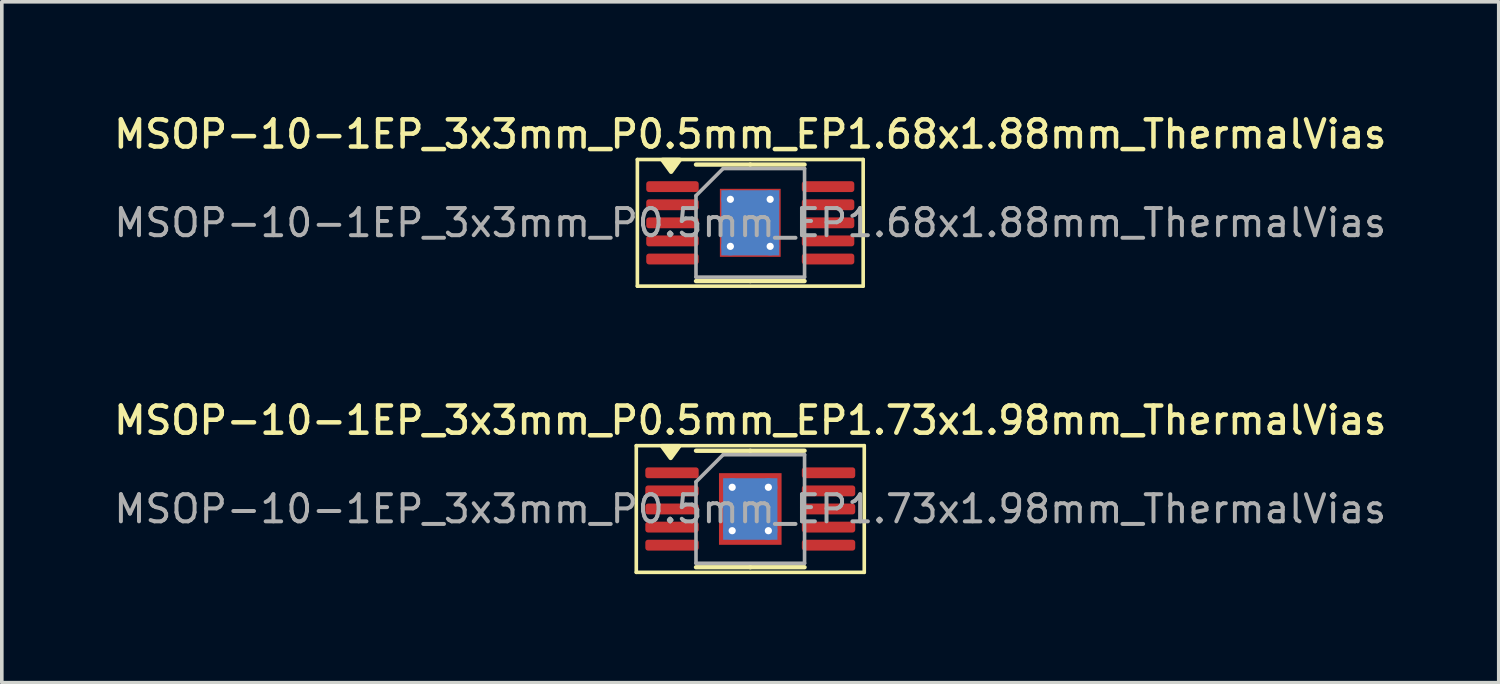
<source format=kicad_pcb>
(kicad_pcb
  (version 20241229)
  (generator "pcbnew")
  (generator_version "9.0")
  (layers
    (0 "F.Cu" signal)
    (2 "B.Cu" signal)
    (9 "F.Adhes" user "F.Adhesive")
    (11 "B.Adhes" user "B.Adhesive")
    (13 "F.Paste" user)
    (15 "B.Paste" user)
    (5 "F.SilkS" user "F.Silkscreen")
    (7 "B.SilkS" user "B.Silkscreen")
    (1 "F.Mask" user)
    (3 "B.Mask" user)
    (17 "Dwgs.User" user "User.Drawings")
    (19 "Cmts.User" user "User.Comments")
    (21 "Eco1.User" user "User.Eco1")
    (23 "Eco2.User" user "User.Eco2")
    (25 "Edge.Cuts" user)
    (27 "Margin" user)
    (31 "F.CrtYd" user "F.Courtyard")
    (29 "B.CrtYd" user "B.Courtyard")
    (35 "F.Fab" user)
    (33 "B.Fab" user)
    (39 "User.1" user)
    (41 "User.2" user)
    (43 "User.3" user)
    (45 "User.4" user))
  (footprint "MSOP-10-1EP_3x3mm_P0.5mm_EP1.68x1.88mm_ThermalVias"
    (layer "F.Cu")
    (at 17.684 3.108)
    (property "Reference" "MSOP-10-1EP_3x3mm_P0.5mm_EP1.68x1.88mm_ThermalVias" (at 0 -2.45 0) (layer "F.SilkS") (effects (font (size 0.75 0.75) (thickness 0.125))))
    (attr smd)
    (fp_line (start -3.12 -1.75) (end -3.12 1.75) (stroke (width 0.1) (type solid)) (layer "F.SilkS"))
    (fp_line (start -3.12 1.75) (end 3.12 1.75) (stroke (width 0.1) (type solid)) (layer "F.SilkS"))
    (fp_line (start 0 -1.61) (end -1.5 -1.61) (stroke (width 0.12) (type solid)) (layer "F.SilkS"))
    (fp_line (start 0 -1.61) (end 1.5 -1.61) (stroke (width 0.12) (type solid)) (layer "F.SilkS"))
    (fp_line (start 0 1.61) (end -1.5 1.61) (stroke (width 0.12) (type solid)) (layer "F.SilkS"))
    (fp_line (start 0 1.61) (end 1.5 1.61) (stroke (width 0.12) (type solid)) (layer "F.SilkS"))
    (fp_line (start 3.12 -1.75) (end -3.12 -1.75) (stroke (width 0.1) (type solid)) (layer "F.SilkS"))
    (fp_line (start 3.12 1.75) (end 3.12 -1.75) (stroke (width 0.1) (type solid)) (layer "F.SilkS"))
    (fp_poly (pts (xy -2.188 -1.41) (xy -2.428 -1.74) (xy -1.948 -1.74) (xy -2.188 -1.41)) (stroke (width 0.12) (type solid)) (fill yes) (layer "F.SilkS"))
    (fp_line (start -1.5 -0.75) (end -0.75 -1.5) (stroke (width 0.1) (type solid)) (layer "F.Fab"))
    (fp_line (start -1.5 1.5) (end -1.5 -0.75) (stroke (width 0.1) (type solid)) (layer "F.Fab"))
    (fp_line (start -0.75 -1.5) (end 1.5 -1.5) (stroke (width 0.1) (type solid)) (layer "F.Fab"))
    (fp_line (start 1.5 -1.5) (end 1.5 1.5) (stroke (width 0.1) (type solid)) (layer "F.Fab"))
    (fp_line (start 1.5 1.5) (end -1.5 1.5) (stroke (width 0.1) (type solid)) (layer "F.Fab"))
    (fp_text user "${REFERENCE}" (at 0 0 0) (layer "F.Fab") (effects (font (size 0.75 0.75) (thickness 0.11))))
    (pad "" smd roundrect (at -0.42 -0.47) (size 0.7 0.79) (layers "F.Paste") (roundrect_rratio 0.25))
    (pad "" smd roundrect (at -0.42 0.47) (size 0.7 0.79) (layers "F.Paste") (roundrect_rratio 0.25))
    (pad "" smd roundrect (at 0.42 -0.47) (size 0.7 0.79) (layers "F.Paste") (roundrect_rratio 0.25))
    (pad "" smd roundrect (at 0.42 0.47) (size 0.7 0.79) (layers "F.Paste") (roundrect_rratio 0.25))
    (pad "1" smd roundrect (at -2.15 -1) (size 1.45 0.3) (layers "F.Cu" "F.Mask" "F.Paste") (roundrect_rratio 0.25))
    (pad "2" smd roundrect (at -2.15 -0.5) (size 1.45 0.3) (layers "F.Cu" "F.Mask" "F.Paste") (roundrect_rratio 0.25))
    (pad "3" smd roundrect (at -2.15 0) (size 1.45 0.3) (layers "F.Cu" "F.Mask" "F.Paste") (roundrect_rratio 0.25))
    (pad "4" smd roundrect (at -2.15 0.5) (size 1.45 0.3) (layers "F.Cu" "F.Mask" "F.Paste") (roundrect_rratio 0.25))
    (pad "5" smd roundrect (at -2.15 1) (size 1.45 0.3) (layers "F.Cu" "F.Mask" "F.Paste") (roundrect_rratio 0.25))
    (pad "6" smd roundrect (at 2.15 1) (size 1.45 0.3) (layers "F.Cu" "F.Mask" "F.Paste") (roundrect_rratio 0.25))
    (pad "7" smd roundrect (at 2.15 0.5) (size 1.45 0.3) (layers "F.Cu" "F.Mask" "F.Paste") (roundrect_rratio 0.25))
    (pad "8" smd roundrect (at 2.15 0) (size 1.45 0.3) (layers "F.Cu" "F.Mask" "F.Paste") (roundrect_rratio 0.25))
    (pad "9" smd roundrect (at 2.15 -0.5) (size 1.45 0.3) (layers "F.Cu" "F.Mask" "F.Paste") (roundrect_rratio 0.25))
    (pad "10" smd roundrect (at 2.15 -1) (size 1.45 0.3) (layers "F.Cu" "F.Mask" "F.Paste") (roundrect_rratio 0.25))
    (pad "11" thru_hole circle (at -0.55 -0.65) (size 0.5 0.5) (drill 0.2) (property pad_prop_heatsink) (layers "*.Cu"))
    (pad "11" thru_hole circle (at -0.55 0.65) (size 0.5 0.5) (drill 0.2) (property pad_prop_heatsink) (layers "*.Cu"))
    (pad "11" smd rect (at 0 0) (size 1.6 1.8) (property pad_prop_heatsink) (layers "B.Cu"))
    (pad "11" smd rect (at 0 0) (size 1.68 1.88) (property pad_prop_heatsink) (layers "F.Cu" "F.Mask"))
    (pad "11" thru_hole circle (at 0.55 -0.65) (size 0.5 0.5) (drill 0.2) (property pad_prop_heatsink) (layers "*.Cu"))
    (pad "11" thru_hole circle (at 0.55 0.65) (size 0.5 0.5) (drill 0.2) (property pad_prop_heatsink) (layers "*.Cu")))
  (footprint "MSOP-10-1EP_3x3mm_P0.5mm_EP1.73x1.98mm_ThermalVias"
    (layer "F.Cu")
    (at 17.684 11.016)
    (property "Reference" "MSOP-10-1EP_3x3mm_P0.5mm_EP1.73x1.98mm_ThermalVias" (at 0 -2.45 0) (layer "F.SilkS") (effects (font (size 0.75 0.75) (thickness 0.125))))
    (attr smd)
    (fp_line (start -3.15 -1.75) (end -3.15 1.75) (stroke (width 0.1) (type solid)) (layer "F.SilkS"))
    (fp_line (start -3.15 1.75) (end 3.15 1.75) (stroke (width 0.1) (type solid)) (layer "F.SilkS"))
    (fp_line (start 0 -1.61) (end -1.5 -1.61) (stroke (width 0.12) (type solid)) (layer "F.SilkS"))
    (fp_line (start 0 -1.61) (end 1.5 -1.61) (stroke (width 0.12) (type solid)) (layer "F.SilkS"))
    (fp_line (start 0 1.61) (end -1.5 1.61) (stroke (width 0.12) (type solid)) (layer "F.SilkS"))
    (fp_line (start 0 1.61) (end 1.5 1.61) (stroke (width 0.12) (type solid)) (layer "F.SilkS"))
    (fp_line (start 3.15 -1.75) (end -3.15 -1.75) (stroke (width 0.1) (type solid)) (layer "F.SilkS"))
    (fp_line (start 3.15 1.75) (end 3.15 -1.75) (stroke (width 0.1) (type solid)) (layer "F.SilkS"))
    (fp_poly (pts (xy -2.2 -1.41) (xy -2.44 -1.74) (xy -1.96 -1.74) (xy -2.2 -1.41)) (stroke (width 0.12) (type solid)) (fill yes) (layer "F.SilkS"))
    (fp_line (start -1.5 -0.75) (end -0.75 -1.5) (stroke (width 0.1) (type solid)) (layer "F.Fab"))
    (fp_line (start -1.5 1.5) (end -1.5 -0.75) (stroke (width 0.1) (type solid)) (layer "F.Fab"))
    (fp_line (start -0.75 -1.5) (end 1.5 -1.5) (stroke (width 0.1) (type solid)) (layer "F.Fab"))
    (fp_line (start 1.5 -1.5) (end 1.5 1.5) (stroke (width 0.1) (type solid)) (layer "F.Fab"))
    (fp_line (start 1.5 1.5) (end -1.5 1.5) (stroke (width 0.1) (type solid)) (layer "F.Fab"))
    (fp_text user "${REFERENCE}" (at 0 0 0) (layer "F.Fab") (effects (font (size 0.75 0.75) (thickness 0.11))))
    (pad "" smd roundrect (at -0.43 -0.495) (size 0.72 0.83) (layers "F.Paste") (roundrect_rratio 0.25))
    (pad "" smd roundrect (at -0.43 0.495) (size 0.72 0.83) (layers "F.Paste") (roundrect_rratio 0.25))
    (pad "" smd roundrect (at 0.43 -0.495) (size 0.72 0.83) (layers "F.Paste") (roundrect_rratio 0.25))
    (pad "" smd roundrect (at 0.43 0.495) (size 0.72 0.83) (layers "F.Paste") (roundrect_rratio 0.25))
    (pad "1" smd roundrect (at -2.163 -1) (size 1.475 0.3) (layers "F.Cu" "F.Mask" "F.Paste") (roundrect_rratio 0.25))
    (pad "2" smd roundrect (at -2.163 -0.5) (size 1.475 0.3) (layers "F.Cu" "F.Mask" "F.Paste") (roundrect_rratio 0.25))
    (pad "3" smd roundrect (at -2.163 0) (size 1.475 0.3) (layers "F.Cu" "F.Mask" "F.Paste") (roundrect_rratio 0.25))
    (pad "4" smd roundrect (at -2.163 0.5) (size 1.475 0.3) (layers "F.Cu" "F.Mask" "F.Paste") (roundrect_rratio 0.25))
    (pad "5" smd roundrect (at -2.163 1) (size 1.475 0.3) (layers "F.Cu" "F.Mask" "F.Paste") (roundrect_rratio 0.25))
    (pad "6" smd roundrect (at 2.163 1) (size 1.475 0.3) (layers "F.Cu" "F.Mask" "F.Paste") (roundrect_rratio 0.25))
    (pad "7" smd roundrect (at 2.163 0.5) (size 1.475 0.3) (layers "F.Cu" "F.Mask" "F.Paste") (roundrect_rratio 0.25))
    (pad "8" smd roundrect (at 2.163 0) (size 1.475 0.3) (layers "F.Cu" "F.Mask" "F.Paste") (roundrect_rratio 0.25))
    (pad "9" smd roundrect (at 2.163 -0.5) (size 1.475 0.3) (layers "F.Cu" "F.Mask" "F.Paste") (roundrect_rratio 0.25))
    (pad "10" smd roundrect (at 2.163 -1) (size 1.475 0.3) (layers "F.Cu" "F.Mask" "F.Paste") (roundrect_rratio 0.25))
    (pad "11" thru_hole circle (at -0.5 -0.6) (size 0.5 0.5) (drill 0.2) (property pad_prop_heatsink) (layers "*.Cu"))
    (pad "11" thru_hole circle (at -0.5 0.6) (size 0.5 0.5) (drill 0.2) (property pad_prop_heatsink) (layers "*.Cu"))
    (pad "11" smd rect (at 0 0) (size 1.5 1.7) (property pad_prop_heatsink) (layers "B.Cu"))
    (pad "11" smd rect (at 0 0) (size 1.73 1.98) (property pad_prop_heatsink) (layers "F.Cu" "F.Mask"))
    (pad "11" thru_hole circle (at 0.5 -0.6) (size 0.5 0.5) (drill 0.2) (property pad_prop_heatsink) (layers "*.Cu"))
    (pad "11" thru_hole circle (at 0.5 0.6) (size 0.5 0.5) (drill 0.2) (property pad_prop_heatsink) (layers "*.Cu")))
  (gr_rect
    (start -3 -3)
    (end 38.368 15.816)
    (stroke (width 0.1) (type default))
    (fill no)
    (layer "Edge.Cuts")))
</source>
